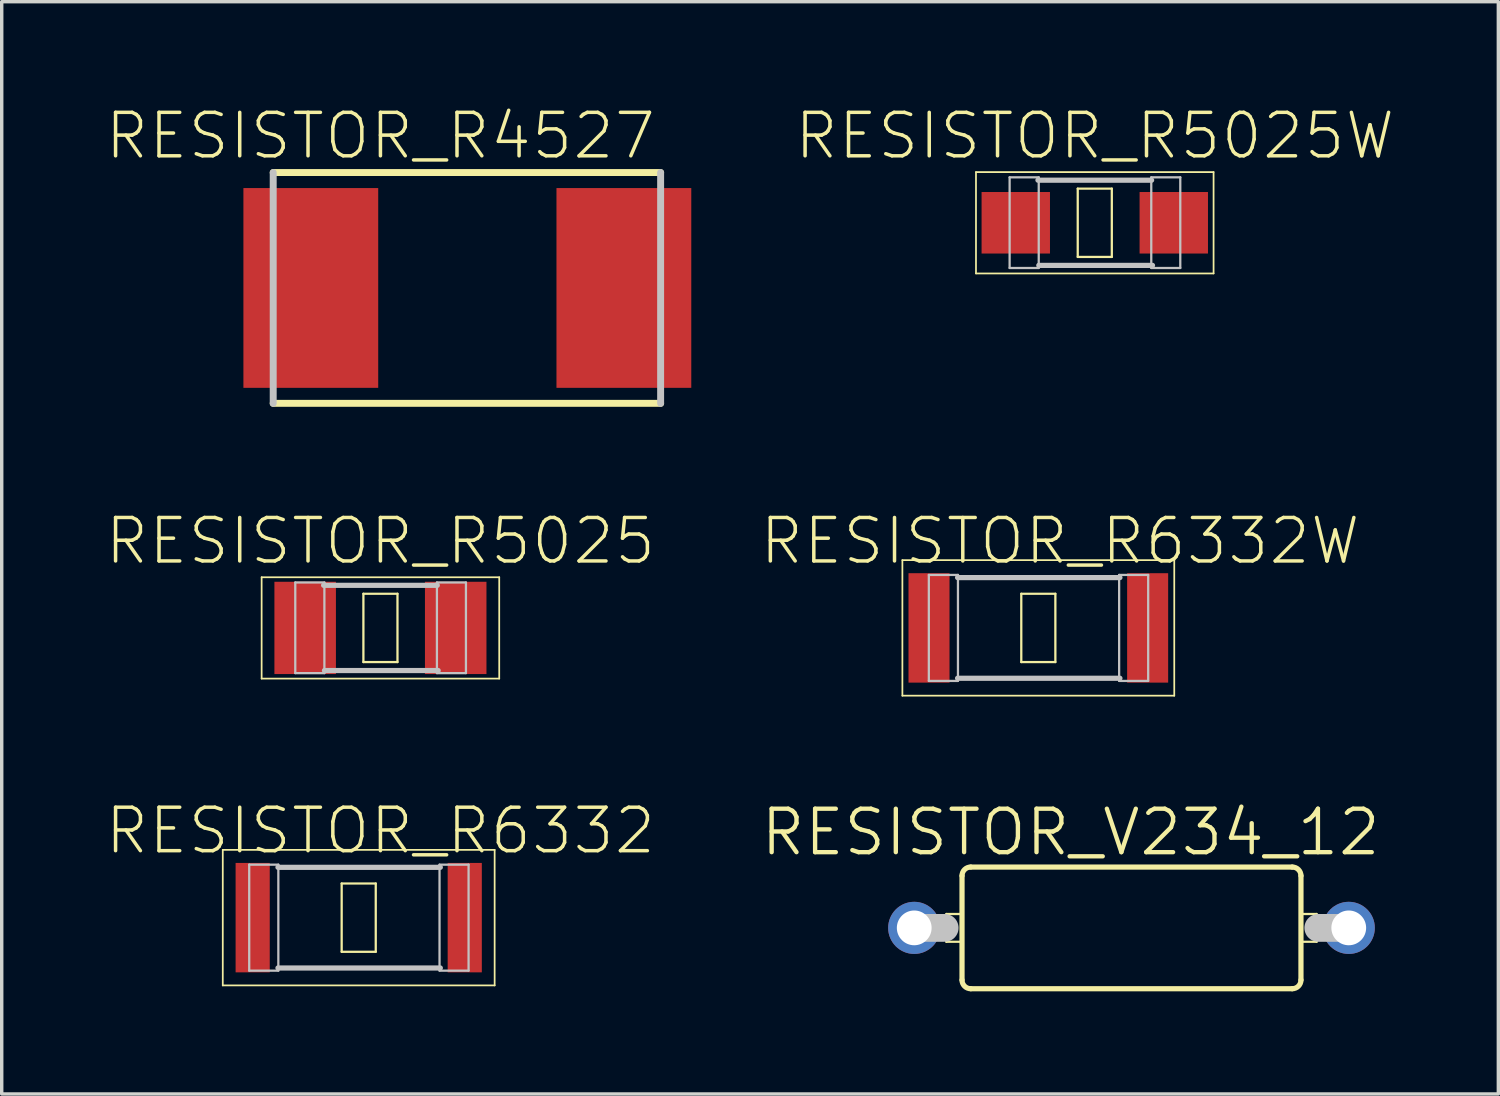
<source format=kicad_pcb>
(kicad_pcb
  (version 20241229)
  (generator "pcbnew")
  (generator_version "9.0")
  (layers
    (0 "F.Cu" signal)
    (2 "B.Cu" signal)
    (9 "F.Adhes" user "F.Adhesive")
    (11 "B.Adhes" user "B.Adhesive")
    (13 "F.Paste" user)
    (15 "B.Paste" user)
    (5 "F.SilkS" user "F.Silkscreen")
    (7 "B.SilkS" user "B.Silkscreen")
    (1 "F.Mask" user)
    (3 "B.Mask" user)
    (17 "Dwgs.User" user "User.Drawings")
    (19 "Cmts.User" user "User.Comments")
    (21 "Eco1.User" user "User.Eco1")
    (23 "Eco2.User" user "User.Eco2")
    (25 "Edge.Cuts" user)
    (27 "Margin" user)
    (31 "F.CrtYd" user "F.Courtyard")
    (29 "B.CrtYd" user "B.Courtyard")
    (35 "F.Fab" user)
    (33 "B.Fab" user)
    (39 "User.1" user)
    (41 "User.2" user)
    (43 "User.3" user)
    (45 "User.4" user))
  (footprint "RESISTOR_R5025W"
    (layer "F.Cu")
    (at 28.947 3.461)
    (property "Reference" "RESISTOR_R5025W" (at 0 -2.54 0) (layer "F.SilkS") (effects (font (size 1.27 1.27) (thickness 0.102))))
    (attr smd)
    (fp_line (start -3.472 -1.481) (end 3.472 -1.481) (stroke (width 0.051) (type solid)) (layer "F.SilkS"))
    (fp_line (start -3.472 1.481) (end -3.472 -1.481) (stroke (width 0.051) (type solid)) (layer "F.SilkS"))
    (fp_line (start -0.498 -0.998) (end 0.498 -0.998) (stroke (width 0.066) (type solid)) (layer "F.SilkS"))
    (fp_line (start -0.498 0.998) (end -0.498 -0.998) (stroke (width 0.066) (type solid)) (layer "F.SilkS"))
    (fp_line (start -0.498 0.998) (end 0.498 0.998) (stroke (width 0.066) (type solid)) (layer "F.SilkS"))
    (fp_line (start 0.498 0.998) (end 0.498 -0.998) (stroke (width 0.066) (type solid)) (layer "F.SilkS"))
    (fp_line (start 3.472 -1.481) (end 3.472 1.481) (stroke (width 0.051) (type solid)) (layer "F.SilkS"))
    (fp_line (start 3.472 1.481) (end -3.472 1.481) (stroke (width 0.051) (type solid)) (layer "F.SilkS"))
    (fp_line (start -2.489 -1.328) (end -1.638 -1.328) (stroke (width 0.066) (type solid)) (layer "Dwgs.User"))
    (fp_line (start -2.489 1.321) (end -2.489 -1.328) (stroke (width 0.066) (type solid)) (layer "Dwgs.User"))
    (fp_line (start -2.489 1.321) (end -1.638 1.321) (stroke (width 0.066) (type solid)) (layer "Dwgs.User"))
    (fp_line (start -1.661 -1.245) (end 1.661 -1.245) (stroke (width 0.152) (type solid)) (layer "Dwgs.User"))
    (fp_line (start -1.638 1.321) (end -1.638 -1.328) (stroke (width 0.066) (type solid)) (layer "Dwgs.User"))
    (fp_line (start -1.636 1.245) (end 1.687 1.245) (stroke (width 0.152) (type solid)) (layer "Dwgs.User"))
    (fp_line (start 1.651 -1.328) (end 2.499 -1.328) (stroke (width 0.066) (type solid)) (layer "Dwgs.User"))
    (fp_line (start 1.651 1.321) (end 1.651 -1.328) (stroke (width 0.066) (type solid)) (layer "Dwgs.User"))
    (fp_line (start 1.651 1.321) (end 2.499 1.321) (stroke (width 0.066) (type solid)) (layer "Dwgs.User"))
    (fp_line (start 2.499 1.321) (end 2.499 -1.328) (stroke (width 0.066) (type solid)) (layer "Dwgs.User"))
    (pad "1" smd rect (at -2.309 0) (size 1.999 1.798) (layers "F.Cu" "F.Mask" "F.Paste"))
    (pad "2" smd rect (at 2.309 0) (size 1.999 1.798) (layers "F.Cu" "F.Mask" "F.Paste")))
  (footprint "RESISTOR_R6332W"
    (layer "F.Cu")
    (at 27.297 15.302)
    (property "Reference" "RESISTOR_R6332W" (at 0.635 -2.54 0) (layer "F.SilkS") (effects (font (size 1.27 1.27) (thickness 0.102))))
    (attr smd)
    (fp_line (start -3.973 -1.981) (end 3.973 -1.981) (stroke (width 0.051) (type solid)) (layer "F.SilkS"))
    (fp_line (start -3.973 1.981) (end -3.973 -1.981) (stroke (width 0.051) (type solid)) (layer "F.SilkS"))
    (fp_line (start -0.498 -0.998) (end 0.498 -0.998) (stroke (width 0.066) (type solid)) (layer "F.SilkS"))
    (fp_line (start -0.498 0.998) (end -0.498 -0.998) (stroke (width 0.066) (type solid)) (layer "F.SilkS"))
    (fp_line (start -0.498 0.998) (end 0.498 0.998) (stroke (width 0.066) (type solid)) (layer "F.SilkS"))
    (fp_line (start 0.498 0.998) (end 0.498 -0.998) (stroke (width 0.066) (type solid)) (layer "F.SilkS"))
    (fp_line (start 3.973 -1.981) (end 3.973 1.981) (stroke (width 0.051) (type solid)) (layer "F.SilkS"))
    (fp_line (start 3.973 1.981) (end -3.973 1.981) (stroke (width 0.051) (type solid)) (layer "F.SilkS"))
    (fp_line (start -3.2 -1.549) (end -2.349 -1.549) (stroke (width 0.066) (type solid)) (layer "Dwgs.User"))
    (fp_line (start -3.2 1.549) (end -3.2 -1.549) (stroke (width 0.066) (type solid)) (layer "Dwgs.User"))
    (fp_line (start -3.2 1.549) (end -2.349 1.549) (stroke (width 0.066) (type solid)) (layer "Dwgs.User"))
    (fp_line (start -2.36 -1.471) (end 2.385 -1.471) (stroke (width 0.152) (type solid)) (layer "Dwgs.User"))
    (fp_line (start -2.36 1.471) (end 2.385 1.471) (stroke (width 0.152) (type solid)) (layer "Dwgs.User"))
    (fp_line (start -2.349 1.549) (end -2.349 -1.549) (stroke (width 0.066) (type solid)) (layer "Dwgs.User"))
    (fp_line (start 2.362 -1.549) (end 3.211 -1.549) (stroke (width 0.066) (type solid)) (layer "Dwgs.User"))
    (fp_line (start 2.362 1.549) (end 2.362 -1.549) (stroke (width 0.066) (type solid)) (layer "Dwgs.User"))
    (fp_line (start 2.362 1.549) (end 3.211 1.549) (stroke (width 0.066) (type solid)) (layer "Dwgs.User"))
    (fp_line (start 3.211 1.549) (end 3.211 -1.549) (stroke (width 0.066) (type solid)) (layer "Dwgs.User"))
    (pad "1" smd rect (at -3.195 0) (size 1.199 3.198) (layers "F.Cu" "F.Mask" "F.Paste"))
    (pad "2" smd rect (at 3.195 0) (size 1.199 3.198) (layers "F.Cu" "F.Mask" "F.Paste")))
  (footprint "RESISTOR_R6332"
    (layer "F.Cu")
    (at 7.434 23.77)
    (property "Reference" "RESISTOR_R6332" (at 0.635 -2.54 0) (layer "F.SilkS") (effects (font (size 1.27 1.27) (thickness 0.102))))
    (attr smd)
    (fp_line (start -3.973 -1.981) (end 3.973 -1.981) (stroke (width 0.051) (type solid)) (layer "F.SilkS"))
    (fp_line (start -3.973 1.981) (end -3.973 -1.981) (stroke (width 0.051) (type solid)) (layer "F.SilkS"))
    (fp_line (start -0.498 -0.998) (end 0.498 -0.998) (stroke (width 0.066) (type solid)) (layer "F.SilkS"))
    (fp_line (start -0.498 0.998) (end -0.498 -0.998) (stroke (width 0.066) (type solid)) (layer "F.SilkS"))
    (fp_line (start -0.498 0.998) (end 0.498 0.998) (stroke (width 0.066) (type solid)) (layer "F.SilkS"))
    (fp_line (start 0.498 0.998) (end 0.498 -0.998) (stroke (width 0.066) (type solid)) (layer "F.SilkS"))
    (fp_line (start 3.973 -1.981) (end 3.973 1.981) (stroke (width 0.051) (type solid)) (layer "F.SilkS"))
    (fp_line (start 3.973 1.981) (end -3.973 1.981) (stroke (width 0.051) (type solid)) (layer "F.SilkS"))
    (fp_line (start -3.2 -1.549) (end -2.349 -1.549) (stroke (width 0.066) (type solid)) (layer "Dwgs.User"))
    (fp_line (start -3.2 1.549) (end -3.2 -1.549) (stroke (width 0.066) (type solid)) (layer "Dwgs.User"))
    (fp_line (start -3.2 1.549) (end -2.349 1.549) (stroke (width 0.066) (type solid)) (layer "Dwgs.User"))
    (fp_line (start -2.36 -1.471) (end 2.385 -1.471) (stroke (width 0.152) (type solid)) (layer "Dwgs.User"))
    (fp_line (start -2.36 1.471) (end 2.385 1.471) (stroke (width 0.152) (type solid)) (layer "Dwgs.User"))
    (fp_line (start -2.349 1.549) (end -2.349 -1.549) (stroke (width 0.066) (type solid)) (layer "Dwgs.User"))
    (fp_line (start 2.362 -1.549) (end 3.211 -1.549) (stroke (width 0.066) (type solid)) (layer "Dwgs.User"))
    (fp_line (start 2.362 1.549) (end 2.362 -1.549) (stroke (width 0.066) (type solid)) (layer "Dwgs.User"))
    (fp_line (start 2.362 1.549) (end 3.211 1.549) (stroke (width 0.066) (type solid)) (layer "Dwgs.User"))
    (fp_line (start 3.211 1.549) (end 3.211 -1.549) (stroke (width 0.066) (type solid)) (layer "Dwgs.User"))
    (pad "1" smd rect (at -3.099 0) (size 0.998 3.198) (layers "F.Cu" "F.Mask" "F.Paste"))
    (pad "2" smd rect (at 3.099 0) (size 0.998 3.198) (layers "F.Cu" "F.Mask" "F.Paste")))
  (footprint "RESISTOR_R5025"
    (layer "F.Cu")
    (at 8.069 15.302)
    (property "Reference" "RESISTOR_R5025" (at 0 -2.54 0) (layer "F.SilkS") (effects (font (size 1.27 1.27) (thickness 0.102))))
    (attr smd)
    (fp_line (start -3.472 -1.481) (end 3.472 -1.481) (stroke (width 0.051) (type solid)) (layer "F.SilkS"))
    (fp_line (start -3.472 1.481) (end -3.472 -1.481) (stroke (width 0.051) (type solid)) (layer "F.SilkS"))
    (fp_line (start -0.498 -0.998) (end 0.498 -0.998) (stroke (width 0.066) (type solid)) (layer "F.SilkS"))
    (fp_line (start -0.498 0.998) (end -0.498 -0.998) (stroke (width 0.066) (type solid)) (layer "F.SilkS"))
    (fp_line (start -0.498 0.998) (end 0.498 0.998) (stroke (width 0.066) (type solid)) (layer "F.SilkS"))
    (fp_line (start 0.498 0.998) (end 0.498 -0.998) (stroke (width 0.066) (type solid)) (layer "F.SilkS"))
    (fp_line (start 3.472 -1.481) (end 3.472 1.481) (stroke (width 0.051) (type solid)) (layer "F.SilkS"))
    (fp_line (start 3.472 1.481) (end -3.472 1.481) (stroke (width 0.051) (type solid)) (layer "F.SilkS"))
    (fp_line (start -2.489 -1.328) (end -1.638 -1.328) (stroke (width 0.066) (type solid)) (layer "Dwgs.User"))
    (fp_line (start -2.489 1.321) (end -2.489 -1.328) (stroke (width 0.066) (type solid)) (layer "Dwgs.User"))
    (fp_line (start -2.489 1.321) (end -1.638 1.321) (stroke (width 0.066) (type solid)) (layer "Dwgs.User"))
    (fp_line (start -1.661 -1.245) (end 1.661 -1.245) (stroke (width 0.152) (type solid)) (layer "Dwgs.User"))
    (fp_line (start -1.638 1.321) (end -1.638 -1.328) (stroke (width 0.066) (type solid)) (layer "Dwgs.User"))
    (fp_line (start -1.636 1.245) (end 1.687 1.245) (stroke (width 0.152) (type solid)) (layer "Dwgs.User"))
    (fp_line (start 1.651 -1.328) (end 2.499 -1.328) (stroke (width 0.066) (type solid)) (layer "Dwgs.User"))
    (fp_line (start 1.651 1.321) (end 1.651 -1.328) (stroke (width 0.066) (type solid)) (layer "Dwgs.User"))
    (fp_line (start 1.651 1.321) (end 2.499 1.321) (stroke (width 0.066) (type solid)) (layer "Dwgs.User"))
    (fp_line (start 2.499 1.321) (end 2.499 -1.328) (stroke (width 0.066) (type solid)) (layer "Dwgs.User"))
    (pad "1" smd rect (at -2.2 0) (size 1.798 2.697) (layers "F.Cu" "F.Mask" "F.Paste"))
    (pad "2" smd rect (at 2.2 0) (size 1.798 2.697) (layers "F.Cu" "F.Mask" "F.Paste")))
  (footprint "RESISTOR_V234_12"
    (layer "F.Cu")
    (at 30.02 24.069)
    (property "Reference" "RESISTOR_V234_12" (at -1.778 -2.794 0) (layer "F.SilkS") (effects (font (size 1.27 1.27) (thickness 0.127))))
    (attr exclude_from_pos_files exclude_from_bom)
    (fp_line (start -5.41 -0.406) (end -4.953 -0.406) (stroke (width 0.066) (type solid)) (layer "F.SilkS"))
    (fp_line (start -5.41 0.406) (end -5.41 -0.406) (stroke (width 0.066) (type solid)) (layer "F.SilkS"))
    (fp_line (start -5.41 0.406) (end -4.953 0.406) (stroke (width 0.066) (type solid)) (layer "F.SilkS"))
    (fp_line (start -4.953 -1.524) (end -4.953 1.524) (stroke (width 0.152) (type solid)) (layer "F.SilkS"))
    (fp_line (start -4.953 0.406) (end -4.953 -0.406) (stroke (width 0.066) (type solid)) (layer "F.SilkS"))
    (fp_line (start -4.699 -1.778) (end 4.699 -1.778) (stroke (width 0.152) (type solid)) (layer "F.SilkS"))
    (fp_line (start 4.699 1.778) (end -4.699 1.778) (stroke (width 0.152) (type solid)) (layer "F.SilkS"))
    (fp_line (start 4.953 -1.524) (end 4.953 1.524) (stroke (width 0.152) (type solid)) (layer "F.SilkS"))
    (fp_line (start 4.953 -0.406) (end 5.41 -0.406) (stroke (width 0.066) (type solid)) (layer "F.SilkS"))
    (fp_line (start 4.953 0.406) (end 4.953 -0.406) (stroke (width 0.066) (type solid)) (layer "F.SilkS"))
    (fp_line (start 4.953 0.406) (end 5.41 0.406) (stroke (width 0.066) (type solid)) (layer "F.SilkS"))
    (fp_line (start 5.41 0.406) (end 5.41 -0.406) (stroke (width 0.066) (type solid)) (layer "F.SilkS"))
    (fp_arc (start -4.953 -1.524) (mid -4.878605 -1.703605) (end -4.699 -1.778) (stroke (width 0.1524) (type solid)) (layer "F.SilkS"))
    (fp_arc (start -4.699 1.778) (mid -4.878605 1.703605) (end -4.953 1.524) (stroke (width 0.1524) (type solid)) (layer "F.SilkS"))
    (fp_arc (start 4.699 -1.778) (mid 4.878605 -1.703605) (end 4.953 -1.524) (stroke (width 0.1524) (type solid)) (layer "F.SilkS"))
    (fp_arc (start 4.953 1.524) (mid 4.878605 1.703605) (end 4.699 1.778) (stroke (width 0.1524) (type solid)) (layer "F.SilkS"))
    (fp_line (start -6.35 0) (end -5.461 0) (stroke (width 0.813) (type solid)) (layer "Dwgs.User"))
    (fp_line (start 6.35 0) (end 5.461 0) (stroke (width 0.813) (type solid)) (layer "Dwgs.User"))
    (pad "1" thru_hole circle (at -6.35 0) (size 1.524 1.524) (drill 1.016) (layers "*.Cu" "*.Paste" "*.Mask"))
    (pad "2" thru_hole circle (at 6.35 0) (size 1.524 1.524) (drill 1.016) (layers "*.Cu" "*.Paste" "*.Mask")))
  (footprint "RESISTOR_R4527"
    (layer "F.Cu")
    (at 10.609 5.366)
    (property "Reference" "RESISTOR_R4527" (at -2.54 -4.445 0) (layer "F.SilkS") (effects (font (size 1.27 1.27) (thickness 0.102))))
    (attr smd)
    (fp_line (start -5.674 3.373) (end 5.649 3.373) (stroke (width 0.203) (type solid)) (layer "F.SilkS"))
    (fp_line (start 5.649 -3.373) (end -5.674 -3.373) (stroke (width 0.203) (type solid)) (layer "F.SilkS"))
    (fp_line (start -5.674 -3.373) (end -5.674 3.373) (stroke (width 0.203) (type solid)) (layer "Dwgs.User"))
    (fp_line (start 5.649 3.373) (end 5.649 -3.373) (stroke (width 0.203) (type solid)) (layer "Dwgs.User"))
    (pad "1" smd rect (at -4.575 0) (size 3.94 5.839) (layers "F.Cu" "F.Mask" "F.Paste"))
    (pad "2" smd rect (at 4.575 0) (size 3.94 5.839) (layers "F.Cu" "F.Mask" "F.Paste")))
  (gr_rect
    (start -3 -3)
    (end 40.742 28.923)
    (stroke (width 0.1) (type default))
    (fill no)
    (layer "Edge.Cuts")))
</source>
